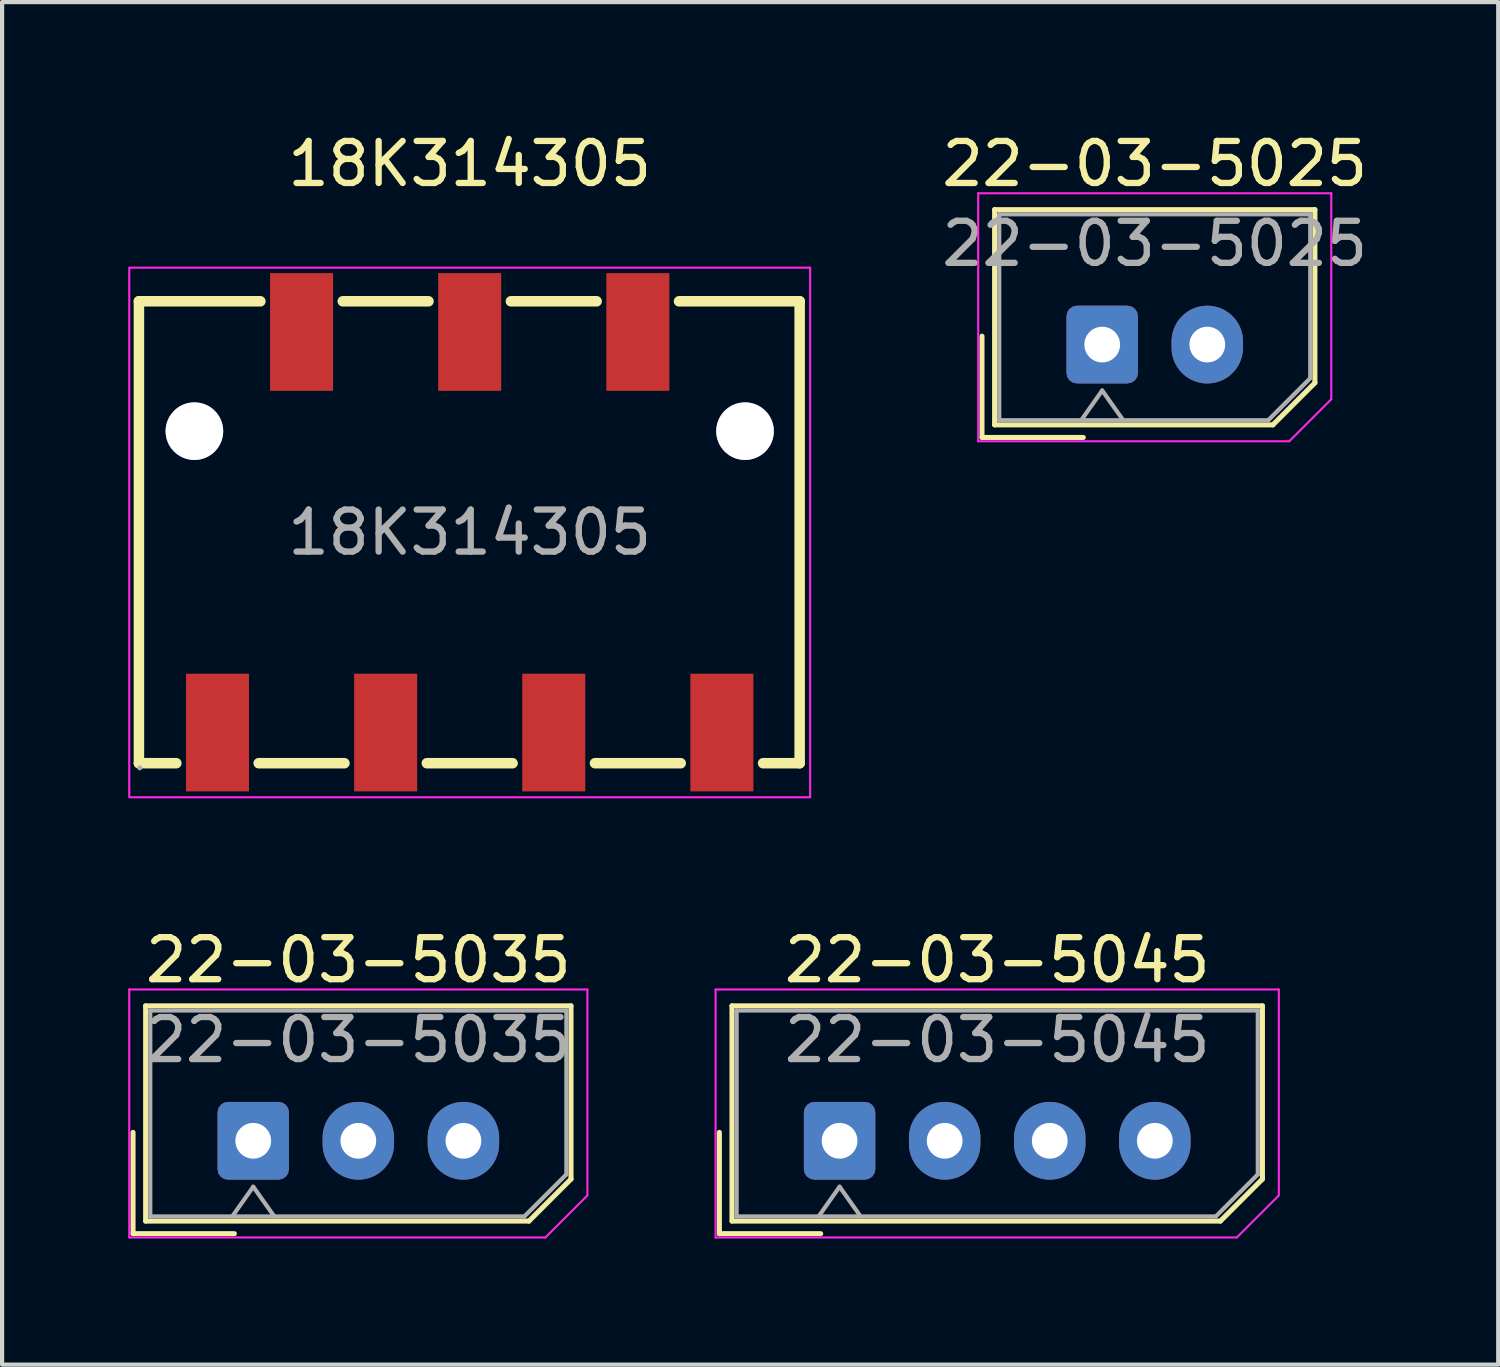
<source format=kicad_pcb>
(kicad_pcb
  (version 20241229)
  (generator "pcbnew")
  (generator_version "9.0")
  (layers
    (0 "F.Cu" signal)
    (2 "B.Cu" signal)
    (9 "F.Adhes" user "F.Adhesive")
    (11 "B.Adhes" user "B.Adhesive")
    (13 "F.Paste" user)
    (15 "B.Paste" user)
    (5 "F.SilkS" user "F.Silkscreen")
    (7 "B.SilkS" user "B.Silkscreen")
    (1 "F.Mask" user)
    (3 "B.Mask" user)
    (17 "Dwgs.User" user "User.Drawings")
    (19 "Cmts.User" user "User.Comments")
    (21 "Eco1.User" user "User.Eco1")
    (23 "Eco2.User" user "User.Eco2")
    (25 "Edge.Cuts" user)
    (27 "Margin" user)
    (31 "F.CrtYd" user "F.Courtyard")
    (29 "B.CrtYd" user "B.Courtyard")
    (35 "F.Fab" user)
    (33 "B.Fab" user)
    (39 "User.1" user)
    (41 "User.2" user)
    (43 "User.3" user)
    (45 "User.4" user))
  (footprint "22-03-5035"
    (layer "F.Cu")
    (at 2.975 24.091)
    (property "Reference" "22-03-5035" (at 2.5 -4.3 0) (layer "F.SilkS") (effects (font (size 1 1) (thickness 0.15))))
    (attr through_hole)
    (fp_line (start -2.86 -0.2) (end -2.86 2.21) (stroke (width 0.12) (type solid)) (layer "F.SilkS"))
    (fp_line (start -2.86 2.21) (end -0.45 2.21) (stroke (width 0.12) (type solid)) (layer "F.SilkS"))
    (fp_line (start -2.56 -3.21) (end -2.56 1.91) (stroke (width 0.12) (type solid)) (layer "F.SilkS"))
    (fp_line (start -2.56 1.91) (end 6.56 1.91) (stroke (width 0.12) (type solid)) (layer "F.SilkS"))
    (fp_line (start 6.56 1.91) (end 7.56 0.91) (stroke (width 0.12) (type solid)) (layer "F.SilkS"))
    (fp_line (start 7.56 -3.21) (end -2.56 -3.21) (stroke (width 0.12) (type solid)) (layer "F.SilkS"))
    (fp_line (start 7.56 0.91) (end 7.56 -3.21) (stroke (width 0.12) (type solid)) (layer "F.SilkS"))
    (fp_line (start -2.95 -3.6) (end -2.95 2.3) (stroke (width 0.05) (type solid)) (layer "F.CrtYd"))
    (fp_line (start -2.95 2.3) (end 6.95 2.3) (stroke (width 0.05) (type solid)) (layer "F.CrtYd"))
    (fp_line (start 6.95 2.3) (end 7.95 1.3) (stroke (width 0.05) (type solid)) (layer "F.CrtYd"))
    (fp_line (start 7.95 -3.6) (end -2.95 -3.6) (stroke (width 0.05) (type solid)) (layer "F.CrtYd"))
    (fp_line (start 7.95 1.3) (end 7.95 -3.6) (stroke (width 0.05) (type solid)) (layer "F.CrtYd"))
    (fp_line (start -2.45 -3.1) (end -2.45 1.8) (stroke (width 0.1) (type solid)) (layer "F.Fab"))
    (fp_line (start -2.45 1.8) (end 6.45 1.8) (stroke (width 0.1) (type solid)) (layer "F.Fab"))
    (fp_line (start -0.5 1.8) (end 0 1.093) (stroke (width 0.1) (type solid)) (layer "F.Fab"))
    (fp_line (start 0 1.093) (end 0.5 1.8) (stroke (width 0.1) (type solid)) (layer "F.Fab"))
    (fp_line (start 6.45 1.8) (end 7.45 0.8) (stroke (width 0.1) (type solid)) (layer "F.Fab"))
    (fp_line (start 7.45 -3.1) (end -2.45 -3.1) (stroke (width 0.1) (type solid)) (layer "F.Fab"))
    (fp_line (start 7.45 0.8) (end 7.45 -3.1) (stroke (width 0.1) (type solid)) (layer "F.Fab"))
    (fp_text user "${REFERENCE}" (at 2.5 -2.4 0) (layer "F.Fab") (effects (font (size 1 1) (thickness 0.15))))
    (pad "1" thru_hole roundrect (at 0 0) (size 1.7 1.85) (drill 0.85) (layers "*.Cu" "*.Mask") (roundrect_rratio 0.147))
    (pad "2" thru_hole oval (at 2.5 0) (size 1.7 1.85) (drill 0.85) (layers "*.Cu" "*.Mask"))
    (pad "3" thru_hole oval (at 5 0) (size 1.7 1.85) (drill 0.85) (layers "*.Cu" "*.Mask")))
  (footprint "18K314305"
    (layer "F.Cu")
    (at 8.125 9.618)
    (property "Reference" "18K314305" (at 0 -8.77 0) (layer "F.SilkS") (effects (font (size 1 1) (thickness 0.15))))
    (attr smd)
    (fp_line (start -7.87 -5.5) (end -4.98 -5.5) (stroke (width 0.25) (type solid)) (layer "F.SilkS"))
    (fp_line (start -7.87 5.49) (end -7.87 -5.5) (stroke (width 0.25) (type solid)) (layer "F.SilkS"))
    (fp_line (start -6.98 5.49) (end -7.87 5.49) (stroke (width 0.25) (type solid)) (layer "F.SilkS"))
    (fp_line (start -3.02 -5.5) (end -0.98 -5.5) (stroke (width 0.25) (type solid)) (layer "F.SilkS"))
    (fp_line (start -2.98 5.49) (end -5.02 5.49) (stroke (width 0.25) (type solid)) (layer "F.SilkS"))
    (fp_line (start 0.98 -5.5) (end 3.02 -5.5) (stroke (width 0.25) (type solid)) (layer "F.SilkS"))
    (fp_line (start 1.02 5.49) (end -1.02 5.49) (stroke (width 0.25) (type solid)) (layer "F.SilkS"))
    (fp_line (start 4.98 -5.5) (end 7.85 -5.5) (stroke (width 0.25) (type solid)) (layer "F.SilkS"))
    (fp_line (start 5.02 5.49) (end 2.98 5.49) (stroke (width 0.25) (type solid)) (layer "F.SilkS"))
    (fp_line (start 7.85 -5.5) (end 7.85 5.49) (stroke (width 0.25) (type solid)) (layer "F.SilkS"))
    (fp_line (start 7.85 5.49) (end 6.98 5.49) (stroke (width 0.25) (type solid)) (layer "F.SilkS"))
    (fp_circle (center -6.55 -2.41) (end -6.23 -2.41) (stroke (width 0.64) (type solid)) (fill no) (layer "Cmts.User"))
    (fp_circle (center 6.55 -2.41) (end 6.87 -2.41) (stroke (width 0.64) (type solid)) (fill no) (layer "Cmts.User"))
    (fp_rect (start -8.1 -6.3) (end 8.1 6.3) (stroke (width 0.05) (type solid)) (fill no) (layer "F.CrtYd"))
    (fp_circle (center -7.85 5.6) (end -7.82 5.6) (stroke (width 0.06) (type solid)) (fill no) (layer "F.Fab"))
    (fp_text user "${REFERENCE}" (at 0 0 0) (layer "F.Fab") (effects (font (size 1 1) (thickness 0.15))))
    (pad "" thru_hole circle (at -6.55 -2.41) (size 1.37 1.37) (drill 1.37) (layers "*.Cu" "*.Mask"))
    (pad "" thru_hole circle (at 6.55 -2.41) (size 1.37 1.37) (drill 1.37) (layers "*.Cu" "*.Mask"))
    (pad "1" smd rect (at -6 4.76) (size 1.5 2.8) (layers "F.Cu" "F.Mask" "F.Paste"))
    (pad "2" smd rect (at -2 4.76) (size 1.5 2.8) (layers "F.Cu" "F.Mask" "F.Paste"))
    (pad "3" smd rect (at 2 4.76) (size 1.5 2.8) (layers "F.Cu" "F.Mask" "F.Paste"))
    (pad "4" smd rect (at 6 4.76) (size 1.5 2.8) (layers "F.Cu" "F.Mask" "F.Paste"))
    (pad "MP" smd rect (at -4 -4.77) (size 1.5 2.8) (layers "F.Cu" "F.Mask" "F.Paste"))
    (pad "MP" smd rect (at 0 -4.77) (size 1.5 2.8) (layers "F.Cu" "F.Mask" "F.Paste"))
    (pad "MP" smd rect (at 4 -4.77) (size 1.5 2.8) (layers "F.Cu" "F.Mask" "F.Paste")))
  (footprint "22-03-5025"
    (layer "F.Cu")
    (at 23.173 5.148)
    (property "Reference" "22-03-5025" (at 1.25 -4.3 0) (layer "F.SilkS") (effects (font (size 1 1) (thickness 0.15))))
    (attr through_hole)
    (fp_line (start -2.86 -0.2) (end -2.86 2.21) (stroke (width 0.12) (type solid)) (layer "F.SilkS"))
    (fp_line (start -2.86 2.21) (end -0.45 2.21) (stroke (width 0.12) (type solid)) (layer "F.SilkS"))
    (fp_line (start -2.56 -3.21) (end -2.56 1.91) (stroke (width 0.12) (type solid)) (layer "F.SilkS"))
    (fp_line (start -2.56 1.91) (end 4.06 1.91) (stroke (width 0.12) (type solid)) (layer "F.SilkS"))
    (fp_line (start 4.06 1.91) (end 5.06 0.91) (stroke (width 0.12) (type solid)) (layer "F.SilkS"))
    (fp_line (start 5.06 -3.21) (end -2.56 -3.21) (stroke (width 0.12) (type solid)) (layer "F.SilkS"))
    (fp_line (start 5.06 0.91) (end 5.06 -3.21) (stroke (width 0.12) (type solid)) (layer "F.SilkS"))
    (fp_line (start -2.95 -3.6) (end -2.95 2.3) (stroke (width 0.05) (type solid)) (layer "F.CrtYd"))
    (fp_line (start -2.95 2.3) (end 4.45 2.3) (stroke (width 0.05) (type solid)) (layer "F.CrtYd"))
    (fp_line (start 4.45 2.3) (end 5.45 1.3) (stroke (width 0.05) (type solid)) (layer "F.CrtYd"))
    (fp_line (start 5.45 -3.6) (end -2.95 -3.6) (stroke (width 0.05) (type solid)) (layer "F.CrtYd"))
    (fp_line (start 5.45 1.3) (end 5.45 -3.6) (stroke (width 0.05) (type solid)) (layer "F.CrtYd"))
    (fp_line (start -2.45 -3.1) (end -2.45 1.8) (stroke (width 0.1) (type solid)) (layer "F.Fab"))
    (fp_line (start -2.45 1.8) (end 3.95 1.8) (stroke (width 0.1) (type solid)) (layer "F.Fab"))
    (fp_line (start -0.5 1.8) (end 0 1.093) (stroke (width 0.1) (type solid)) (layer "F.Fab"))
    (fp_line (start 0 1.093) (end 0.5 1.8) (stroke (width 0.1) (type solid)) (layer "F.Fab"))
    (fp_line (start 3.95 1.8) (end 4.95 0.8) (stroke (width 0.1) (type solid)) (layer "F.Fab"))
    (fp_line (start 4.95 -3.1) (end -2.45 -3.1) (stroke (width 0.1) (type solid)) (layer "F.Fab"))
    (fp_line (start 4.95 0.8) (end 4.95 -3.1) (stroke (width 0.1) (type solid)) (layer "F.Fab"))
    (fp_text user "${REFERENCE}" (at 1.25 -2.4 0) (layer "F.Fab") (effects (font (size 1 1) (thickness 0.15))))
    (pad "1" thru_hole roundrect (at 0 0) (size 1.7 1.85) (drill 0.85) (layers "*.Cu" "*.Mask") (roundrect_rratio 0.147))
    (pad "2" thru_hole oval (at 2.5 0) (size 1.7 1.85) (drill 0.85) (layers "*.Cu" "*.Mask")))
  (footprint "22-03-5045"
    (layer "F.Cu")
    (at 16.925 24.091)
    (property "Reference" "22-03-5045" (at 3.75 -4.3 0) (layer "F.SilkS") (effects (font (size 1 1) (thickness 0.15))))
    (attr through_hole)
    (fp_line (start -2.86 -0.2) (end -2.86 2.21) (stroke (width 0.12) (type solid)) (layer "F.SilkS"))
    (fp_line (start -2.86 2.21) (end -0.45 2.21) (stroke (width 0.12) (type solid)) (layer "F.SilkS"))
    (fp_line (start -2.56 -3.21) (end -2.56 1.91) (stroke (width 0.12) (type solid)) (layer "F.SilkS"))
    (fp_line (start -2.56 1.91) (end 9.06 1.91) (stroke (width 0.12) (type solid)) (layer "F.SilkS"))
    (fp_line (start 9.06 1.91) (end 10.06 0.91) (stroke (width 0.12) (type solid)) (layer "F.SilkS"))
    (fp_line (start 10.06 -3.21) (end -2.56 -3.21) (stroke (width 0.12) (type solid)) (layer "F.SilkS"))
    (fp_line (start 10.06 0.91) (end 10.06 -3.21) (stroke (width 0.12) (type solid)) (layer "F.SilkS"))
    (fp_line (start -2.95 -3.6) (end -2.95 2.3) (stroke (width 0.05) (type solid)) (layer "F.CrtYd"))
    (fp_line (start -2.95 2.3) (end 9.45 2.3) (stroke (width 0.05) (type solid)) (layer "F.CrtYd"))
    (fp_line (start 9.45 2.3) (end 10.45 1.3) (stroke (width 0.05) (type solid)) (layer "F.CrtYd"))
    (fp_line (start 10.45 -3.6) (end -2.95 -3.6) (stroke (width 0.05) (type solid)) (layer "F.CrtYd"))
    (fp_line (start 10.45 1.3) (end 10.45 -3.6) (stroke (width 0.05) (type solid)) (layer "F.CrtYd"))
    (fp_line (start -2.45 -3.1) (end -2.45 1.8) (stroke (width 0.1) (type solid)) (layer "F.Fab"))
    (fp_line (start -2.45 1.8) (end 8.95 1.8) (stroke (width 0.1) (type solid)) (layer "F.Fab"))
    (fp_line (start -0.5 1.8) (end 0 1.093) (stroke (width 0.1) (type solid)) (layer "F.Fab"))
    (fp_line (start 0 1.093) (end 0.5 1.8) (stroke (width 0.1) (type solid)) (layer "F.Fab"))
    (fp_line (start 8.95 1.8) (end 9.95 0.8) (stroke (width 0.1) (type solid)) (layer "F.Fab"))
    (fp_line (start 9.95 -3.1) (end -2.45 -3.1) (stroke (width 0.1) (type solid)) (layer "F.Fab"))
    (fp_line (start 9.95 0.8) (end 9.95 -3.1) (stroke (width 0.1) (type solid)) (layer "F.Fab"))
    (fp_text user "${REFERENCE}" (at 3.75 -2.4 0) (layer "F.Fab") (effects (font (size 1 1) (thickness 0.15))))
    (pad "1" thru_hole roundrect (at 0 0) (size 1.7 1.85) (drill 0.85) (layers "*.Cu" "*.Mask") (roundrect_rratio 0.147))
    (pad "2" thru_hole oval (at 2.5 0) (size 1.7 1.85) (drill 0.85) (layers "*.Cu" "*.Mask"))
    (pad "3" thru_hole oval (at 5 0) (size 1.7 1.85) (drill 0.85) (layers "*.Cu" "*.Mask"))
    (pad "4" thru_hole oval (at 7.5 0) (size 1.7 1.85) (drill 0.85) (layers "*.Cu" "*.Mask")))
  (gr_rect
    (start -3 -3)
    (end 32.595 29.416)
    (stroke (width 0.1) (type default))
    (fill no)
    (layer "Edge.Cuts")))
</source>
